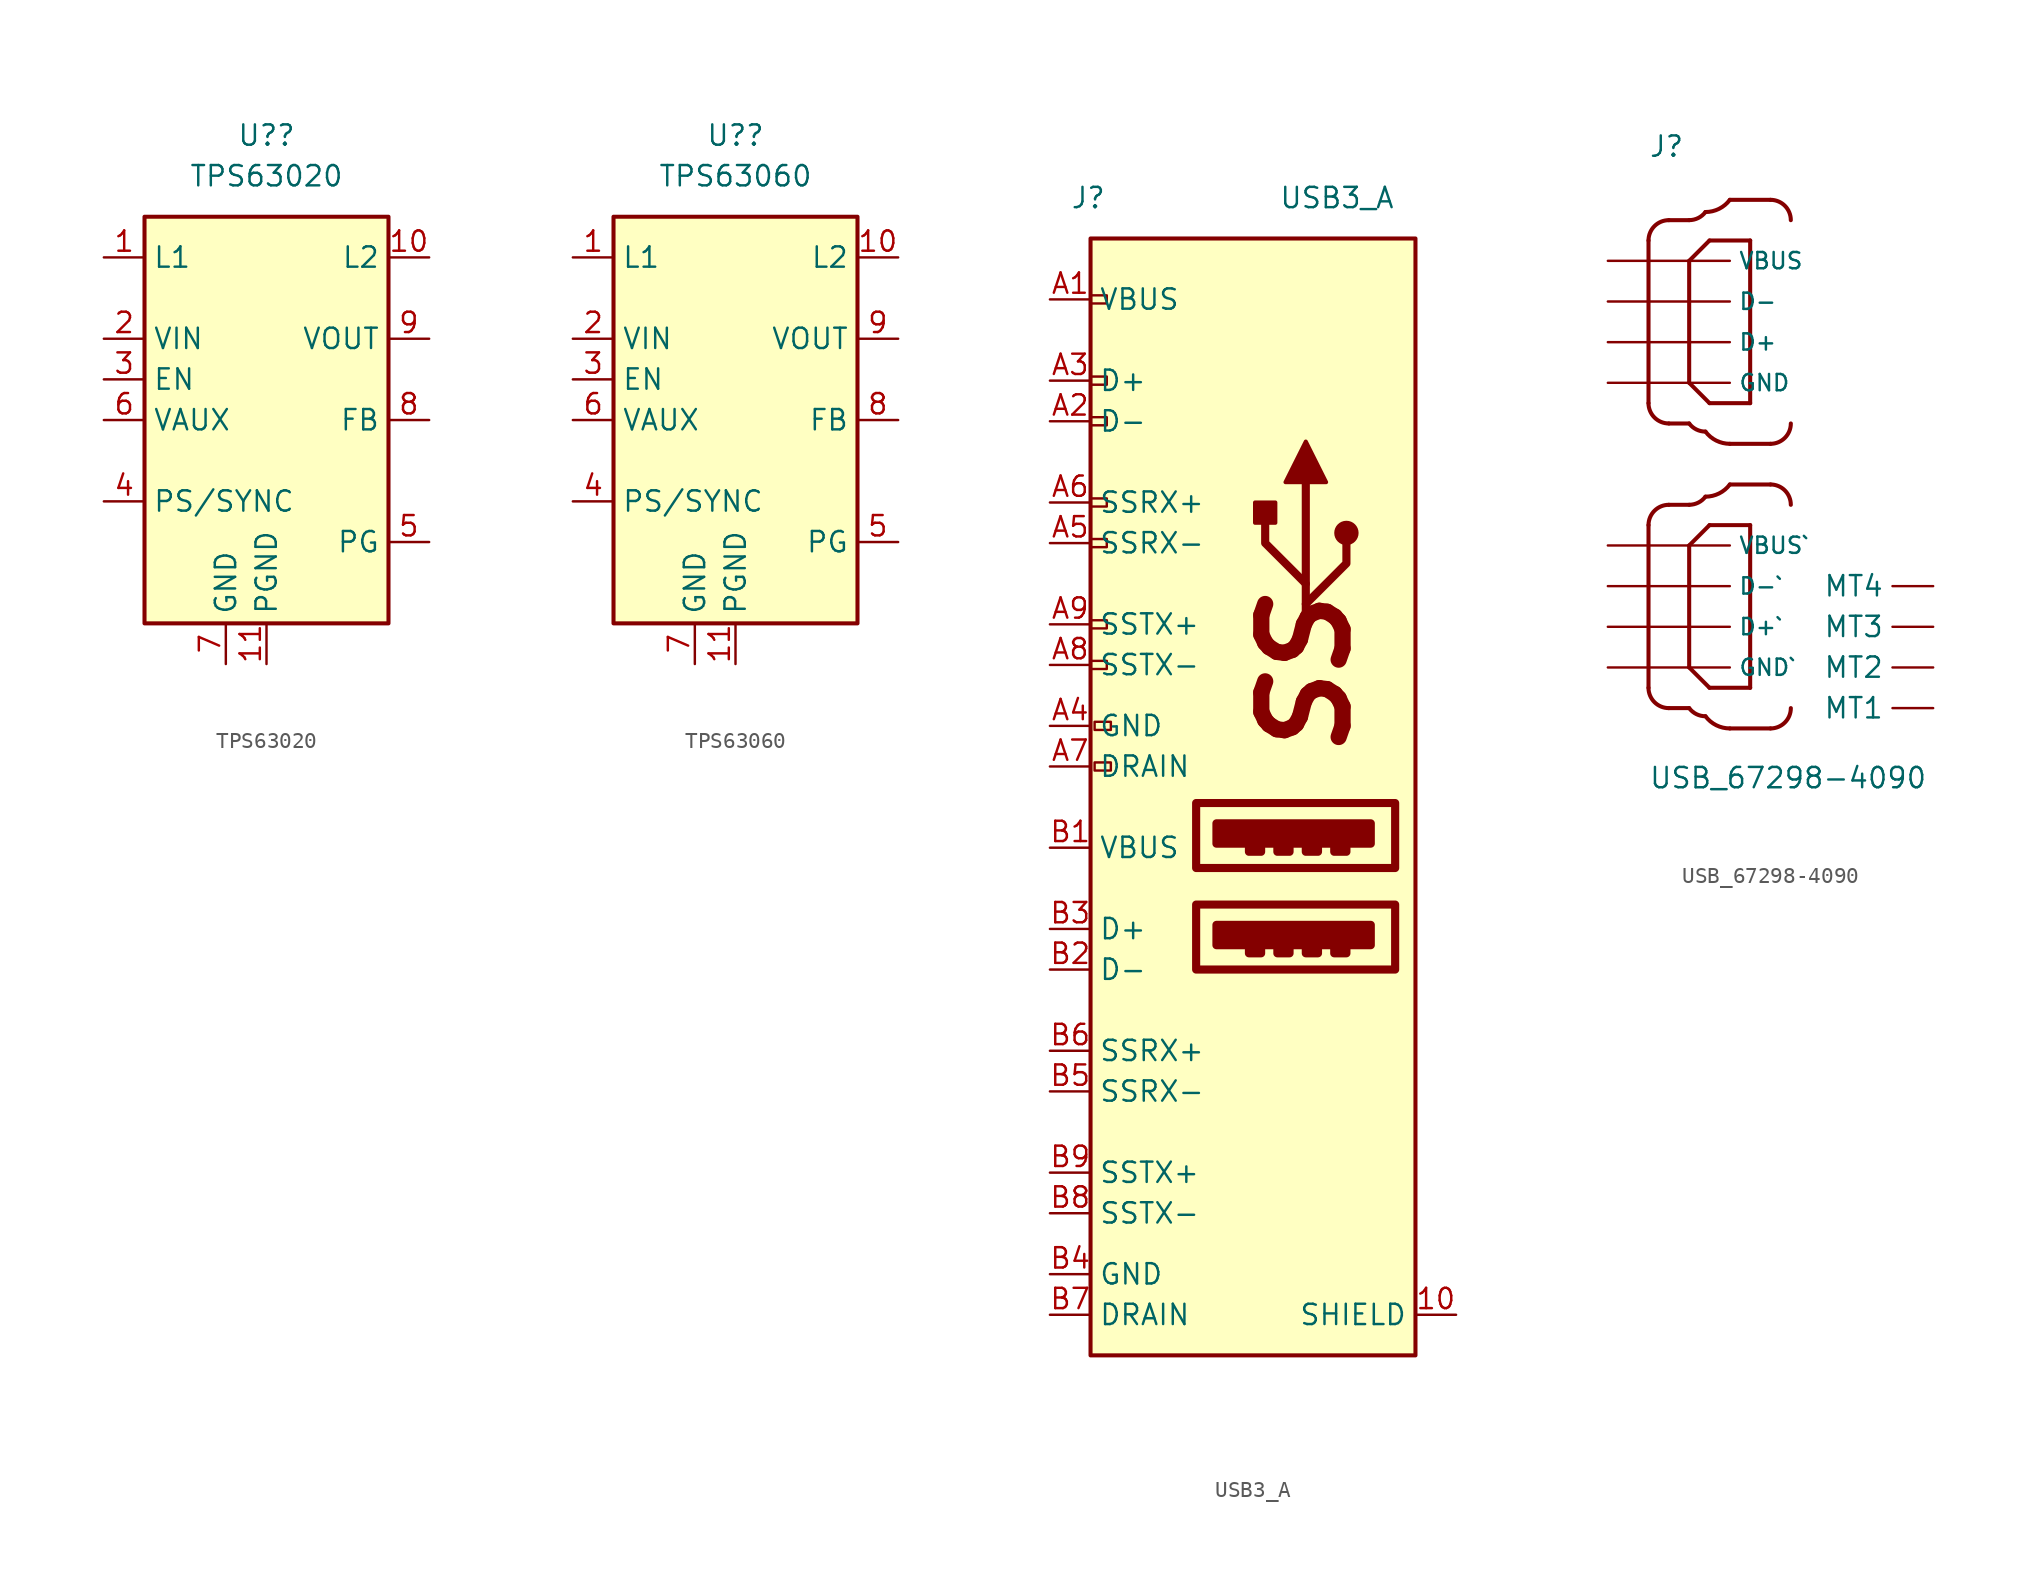
<source format=kicad_sym>
(kicad_symbol_lib
  (version 20220328)
  (generator kicad_symbol_editor)
  (symbol "TPS63020"
    (property "Reference" "U?"
      (at 0 17.78 0)
      (effects (font (size 1.27 1.27))))
    (property "Value" "TPS63020"
      (at 0 15.24 0)
      (effects (font (size 1.27 1.27))))
    (symbol "TPS63020_0_1"
      (rectangle (start -7.62 12.7) (end 7.62 -12.7) (stroke (width 0.254) (type default)) (fill (type background))))
    (symbol "TPS63020_1_1"
      (pin input line (at -10.16 10.16 0) (length 2.54) (name "L1" (effects (font (size 1.27 1.27)))) (number "1" (effects (font (size 1.27 1.27)))))
      (pin input line (at 10.16 10.16 180) (length 2.54) (name "L2" (effects (font (size 1.27 1.27)))) (number "10" (effects (font (size 1.27 1.27)))))
      (pin power_in line (at 0 -15.24 90) (length 2.54) (name "PGND" (effects (font (size 1.27 1.27)))) (number "11" (effects (font (size 1.27 1.27)))))
      (pin power_in line (at -10.16 5.08 0) (length 2.54) (name "VIN" (effects (font (size 1.27 1.27)))) (number "2" (effects (font (size 1.27 1.27)))))
      (pin input line (at -10.16 2.54 0) (length 2.54) (name "EN" (effects (font (size 1.27 1.27)))) (number "3" (effects (font (size 1.27 1.27)))))
      (pin input line (at -10.16 -5.08 0) (length 2.54) (name "PS/SYNC" (effects (font (size 1.27 1.27)))) (number "4" (effects (font (size 1.27 1.27)))))
      (pin output line (at 10.16 -7.62 180) (length 2.54) (name "PG" (effects (font (size 1.27 1.27)))) (number "5" (effects (font (size 1.27 1.27)))))
      (pin passive line (at -10.16 0 0) (length 2.54) (name "VAUX" (effects (font (size 1.27 1.27)))) (number "6" (effects (font (size 1.27 1.27)))))
      (pin power_in line (at -2.54 -15.24 90) (length 2.54) (name "GND" (effects (font (size 1.27 1.27)))) (number "7" (effects (font (size 1.27 1.27)))))
      (pin input line (at 10.16 0 180) (length 2.54) (name "FB" (effects (font (size 1.27 1.27)))) (number "8" (effects (font (size 1.27 1.27)))))
      (pin power_out line (at 10.16 5.08 180) (length 2.54) (name "VOUT" (effects (font (size 1.27 1.27)))) (number "9" (effects (font (size 1.27 1.27)))))))
  (symbol "TPS63060"
    (property "Reference" "U?"
      (at 0 17.78 0)
      (effects (font (size 1.27 1.27))))
    (property "Value" "TPS63060"
      (at 0 15.24 0)
      (effects (font (size 1.27 1.27))))
    (symbol "TPS63060_0_1"
      (rectangle (start -7.62 12.7) (end 7.62 -12.7) (stroke (width 0.254) (type default)) (fill (type background))))
    (symbol "TPS63060_1_1"
      (pin input line (at -10.16 10.16 0) (length 2.54) (name "L1" (effects (font (size 1.27 1.27)))) (number "1" (effects (font (size 1.27 1.27)))))
      (pin input line (at 10.16 10.16 180) (length 2.54) (name "L2" (effects (font (size 1.27 1.27)))) (number "10" (effects (font (size 1.27 1.27)))))
      (pin power_in line (at 0 -15.24 90) (length 2.54) (name "PGND" (effects (font (size 1.27 1.27)))) (number "11" (effects (font (size 1.27 1.27)))))
      (pin power_in line (at -10.16 5.08 0) (length 2.54) (name "VIN" (effects (font (size 1.27 1.27)))) (number "2" (effects (font (size 1.27 1.27)))))
      (pin input line (at -10.16 2.54 0) (length 2.54) (name "EN" (effects (font (size 1.27 1.27)))) (number "3" (effects (font (size 1.27 1.27)))))
      (pin input line (at -10.16 -5.08 0) (length 2.54) (name "PS/SYNC" (effects (font (size 1.27 1.27)))) (number "4" (effects (font (size 1.27 1.27)))))
      (pin output line (at 10.16 -7.62 180) (length 2.54) (name "PG" (effects (font (size 1.27 1.27)))) (number "5" (effects (font (size 1.27 1.27)))))
      (pin passive line (at -10.16 0 0) (length 2.54) (name "VAUX" (effects (font (size 1.27 1.27)))) (number "6" (effects (font (size 1.27 1.27)))))
      (pin power_in line (at -2.54 -15.24 90) (length 2.54) (name "GND" (effects (font (size 1.27 1.27)))) (number "7" (effects (font (size 1.27 1.27)))))
      (pin input line (at 10.16 0 180) (length 2.54) (name "FB" (effects (font (size 1.27 1.27)))) (number "8" (effects (font (size 1.27 1.27)))))
      (pin power_out line (at 10.16 5.08 180) (length 2.54) (name "VOUT" (effects (font (size 1.27 1.27)))) (number "9" (effects (font (size 1.27 1.27)))))))
  (symbol "USB3_A"
    (property "Reference" "J"
      (at -10.16 33.02 0)
      (effects (font (size 1.27 1.27)) (justify left)))
    (property "Value" "USB3_A"
      (at 10.16 33.02 0)
      (effects (font (size 1.27 1.27)) (justify right)))
    (symbol "USB3_A_1_1"
      (rectangle (start -8.89 4.064) (end -7.874 3.556) (stroke (width 0) (type default)) (fill (type none)))
      (rectangle (start -8.89 6.604) (end -7.874 6.096) (stroke (width 0) (type default)) (fill (type none)))
      (rectangle (start -8.89 11.684) (end -7.874 11.176) (stroke (width 0) (type default)) (fill (type none)))
      (rectangle (start -8.89 14.224) (end -7.874 13.716) (stroke (width 0) (type default)) (fill (type none)))
      (rectangle (start -8.89 19.304) (end -7.874 18.796) (stroke (width 0) (type default)) (fill (type none)))
      (rectangle (start -8.89 21.844) (end -7.874 21.336) (stroke (width 0) (type default)) (fill (type none)))
      (rectangle (start -8.89 26.924) (end -7.874 26.416) (stroke (width 0) (type default)) (fill (type none)))
      (rectangle (start -7.62 -2.286) (end -8.636 -2.794) (stroke (width 0) (type default)) (fill (type none)))
      (rectangle (start -7.62 0.254) (end -8.636 -0.254) (stroke (width 0) (type default)) (fill (type none)))
      (rectangle (start -2.286 -11.176) (end 10.16 -15.24) (stroke (width 0.508) (type default)) (fill (type none)))
      (rectangle (start -2.286 -4.826) (end 10.16 -8.89) (stroke (width 0.508) (type default)) (fill (type none)))
      (rectangle (start -1.016 -12.446) (end 8.636 -13.716) (stroke (width 0.508) (type default)) (fill (type outline)))
      (rectangle (start -1.016 -6.096) (end 8.636 -7.366) (stroke (width 0.508) (type default)) (fill (type outline)))
      (polyline (pts (xy 4.572 6.35) (xy 4.572 15.24)) (stroke (width 0.508) (type default)) (fill (type none)))
      (polyline (pts (xy 4.572 7.62) (xy 7.112 10.16) (xy 7.112 11.43)) (stroke (width 0.508) (type default)) (fill (type none)))
      (polyline (pts (xy 4.572 8.89) (xy 2.032 11.43) (xy 2.032 12.7)) (stroke (width 0.508) (type default)) (fill (type none)))
      (polyline (pts (xy 5.842 15.24) (xy 4.572 17.78) (xy 3.302 15.24) (xy 5.842 15.24)) (stroke (width 0.254) (type default)) (fill (type outline)))
      (rectangle (start 1.016 -13.97) (end 1.778 -14.224) (stroke (width 0.508) (type default)) (fill (type none)))
      (rectangle (start 1.016 -7.62) (end 1.778 -7.874) (stroke (width 0.508) (type default)) (fill (type none)))
      (rectangle (start 2.667 12.7) (end 1.397 13.97) (stroke (width 0.254) (type default)) (fill (type outline)))
      (rectangle (start 2.794 -13.97) (end 3.556 -14.224) (stroke (width 0.508) (type default)) (fill (type none)))
      (rectangle (start 2.794 -7.62) (end 3.556 -7.874) (stroke (width 0.508) (type default)) (fill (type none)))
      (rectangle (start 4.572 -13.97) (end 5.334 -14.224) (stroke (width 0.508) (type default)) (fill (type none)))
      (rectangle (start 4.572 -7.62) (end 5.334 -7.874) (stroke (width 0.508) (type default)) (fill (type none)))
      (rectangle (start 6.35 -13.97) (end 7.112 -14.224) (stroke (width 0.508) (type default)) (fill (type none)))
      (rectangle (start 6.35 -7.62) (end 7.112 -7.874) (stroke (width 0.508) (type default)) (fill (type none)))
      (circle (center 7.112 12.065) (radius 0.635) (stroke (width 0.254) (type default)) (fill (type outline)))
      (rectangle (start 11.43 30.48) (end -8.89 -39.37) (stroke (width 0.254) (type default)) (fill (type background)))
      (text "SS" (at 4.572 3.175 900) (effects (font (size 5.08 5.08) bold italic)))
      (pin passive line (at 13.97 -36.83 180) (length 2.54) (name "SHIELD" (effects (font (size 1.27 1.27)))) (number "10" (effects (font (size 1.27 1.27)))))
      (pin power_in line (at -11.43 26.67 0) (length 2.54) (name "VBUS" (effects (font (size 1.27 1.27)))) (number "A1" (effects (font (size 1.27 1.27)))))
      (pin bidirectional line (at -11.43 19.05 0) (length 2.54) (name "D-" (effects (font (size 1.27 1.27)))) (number "A2" (effects (font (size 1.27 1.27)))))
      (pin bidirectional line (at -11.43 21.59 0) (length 2.54) (name "D+" (effects (font (size 1.27 1.27)))) (number "A3" (effects (font (size 1.27 1.27)))))
      (pin power_in line (at -11.43 0 0) (length 2.54) (name "GND" (effects (font (size 1.27 1.27)))) (number "A4" (effects (font (size 1.27 1.27)))))
      (pin bidirectional line (at -11.43 11.43 0) (length 2.54) (name "SSRX-" (effects (font (size 1.27 1.27)))) (number "A5" (effects (font (size 1.27 1.27)))))
      (pin bidirectional line (at -11.43 13.97 0) (length 2.54) (name "SSRX+" (effects (font (size 1.27 1.27)))) (number "A6" (effects (font (size 1.27 1.27)))))
      (pin power_in line (at -11.43 -2.54 0) (length 2.54) (name "DRAIN" (effects (font (size 1.27 1.27)))) (number "A7" (effects (font (size 1.27 1.27)))))
      (pin bidirectional line (at -11.43 3.81 0) (length 2.54) (name "SSTX-" (effects (font (size 1.27 1.27)))) (number "A8" (effects (font (size 1.27 1.27)))))
      (pin bidirectional line (at -11.43 6.35 0) (length 2.54) (name "SSTX+" (effects (font (size 1.27 1.27)))) (number "A9" (effects (font (size 1.27 1.27)))))
      (pin power_in line (at -11.43 -7.62 0) (length 2.54) (name "VBUS" (effects (font (size 1.27 1.27)))) (number "B1" (effects (font (size 1.27 1.27)))))
      (pin bidirectional line (at -11.43 -15.24 0) (length 2.54) (name "D-" (effects (font (size 1.27 1.27)))) (number "B2" (effects (font (size 1.27 1.27)))))
      (pin bidirectional line (at -11.43 -12.7 0) (length 2.54) (name "D+" (effects (font (size 1.27 1.27)))) (number "B3" (effects (font (size 1.27 1.27)))))
      (pin power_in line (at -11.43 -34.29 0) (length 2.54) (name "GND" (effects (font (size 1.27 1.27)))) (number "B4" (effects (font (size 1.27 1.27)))))
      (pin bidirectional line (at -11.43 -22.86 0) (length 2.54) (name "SSRX-" (effects (font (size 1.27 1.27)))) (number "B5" (effects (font (size 1.27 1.27)))))
      (pin bidirectional line (at -11.43 -20.32 0) (length 2.54) (name "SSRX+" (effects (font (size 1.27 1.27)))) (number "B6" (effects (font (size 1.27 1.27)))))
      (pin power_in line (at -11.43 -36.83 0) (length 2.54) (name "DRAIN" (effects (font (size 1.27 1.27)))) (number "B7" (effects (font (size 1.27 1.27)))))
      (pin bidirectional line (at -11.43 -30.48 0) (length 2.54) (name "SSTX-" (effects (font (size 1.27 1.27)))) (number "B8" (effects (font (size 1.27 1.27)))))
      (pin bidirectional line (at -11.43 -27.94 0) (length 2.54) (name "SSTX+" (effects (font (size 1.27 1.27)))) (number "B9" (effects (font (size 1.27 1.27)))))))
  (symbol "USB_67298-4090"
    (pin_numbers hide)
    (property "Reference" "J"
      (at -5.08 21.641 0)
      (effects (font (size 1.27 1.27)) (justify left bottom)))
    (property "Value" "USB_67298-4090"
      (at -5.08 -17.805 0)
      (effects (font (size 1.27 1.27)) (justify left bottom)))
    (symbol "USB_67298-4090_0_0"
      (arc (start -5.08 -11.43) (mid -4.708 -12.328) (end -3.81 -12.7) (stroke (width 0.254) (type default)) (fill (type none)))
      (arc (start -5.08 6.35) (mid -4.708 5.452) (end -3.81 5.08) (stroke (width 0.254) (type default)) (fill (type none)))
      (arc (start -3.81 0) (mid -4.708 -0.372) (end -5.08 -1.27) (stroke (width 0.254) (type default)) (fill (type none)))
      (arc (start -3.81 17.78) (mid -4.708 17.408) (end -5.08 16.51) (stroke (width 0.254) (type default)) (fill (type none)))
      (arc (start -2.54 -12.7) (mid -3.108 -15.1059) (end -1.524 -13.208) (stroke (width 0.254) (type default)) (fill (type none)))
      (arc (start -2.54 0) (mid -1.972 0.1341) (end -1.524 0.508) (stroke (width 0.254) (type default)) (fill (type none)))
      (arc (start -2.54 5.08) (mid -3.108 2.6741) (end -1.524 4.572) (stroke (width 0.254) (type default)) (fill (type none)))
      (arc (start -2.54 17.78) (mid -1.972 17.9141) (end -1.524 18.288) (stroke (width 0.254) (type default)) (fill (type none)))
      (arc (start -1.524 -13.208) (mid -0.8519 -13.7689) (end 0 -13.97) (stroke (width 0.254) (type default)) (fill (type none)))
      (arc (start -1.524 0.508) (mid 0.8519 -2.3389) (end 0 1.27) (stroke (width 0.254) (type default)) (fill (type none)))
      (arc (start -1.524 4.572) (mid -0.8519 4.0111) (end 0 3.81) (stroke (width 0.254) (type default)) (fill (type none)))
      (arc (start -1.524 18.288) (mid 0.8519 15.4411) (end 0 19.05) (stroke (width 0.254) (type default)) (fill (type none)))
      (polyline (pts (xy -5.08 -1.27) (xy -5.08 -11.43)) (stroke (width 0.254) (type default)) (fill (type none)))
      (polyline (pts (xy -5.08 16.51) (xy -5.08 6.35)) (stroke (width 0.254) (type default)) (fill (type none)))
      (polyline (pts (xy -3.81 -12.7) (xy -2.54 -12.7)) (stroke (width 0.254) (type default)) (fill (type none)))
      (polyline (pts (xy -3.81 0) (xy -2.54 0)) (stroke (width 0.254) (type default)) (fill (type none)))
      (polyline (pts (xy -3.81 5.08) (xy -2.54 5.08)) (stroke (width 0.254) (type default)) (fill (type none)))
      (polyline (pts (xy -3.81 17.78) (xy -2.54 17.78)) (stroke (width 0.254) (type default)) (fill (type none)))
      (polyline (pts (xy -2.54 -10.16) (xy -1.27 -11.43)) (stroke (width 0.254) (type default)) (fill (type none)))
      (polyline (pts (xy -2.54 -2.54) (xy -2.54 -10.16)) (stroke (width 0.254) (type default)) (fill (type none)))
      (polyline (pts (xy -2.54 7.62) (xy -1.27 6.35)) (stroke (width 0.254) (type default)) (fill (type none)))
      (polyline (pts (xy -2.54 15.24) (xy -2.54 7.62)) (stroke (width 0.254) (type default)) (fill (type none)))
      (polyline (pts (xy -1.27 -11.43) (xy 1.27 -11.43)) (stroke (width 0.254) (type default)) (fill (type none)))
      (polyline (pts (xy -1.27 -1.27) (xy -2.54 -2.54)) (stroke (width 0.254) (type default)) (fill (type none)))
      (polyline (pts (xy -1.27 6.35) (xy 1.27 6.35)) (stroke (width 0.254) (type default)) (fill (type none)))
      (polyline (pts (xy -1.27 16.51) (xy -2.54 15.24)) (stroke (width 0.254) (type default)) (fill (type none)))
      (polyline (pts (xy 0 -13.97) (xy 2.54 -13.97)) (stroke (width 0.254) (type default)) (fill (type none)))
      (polyline (pts (xy 0 1.27) (xy 2.54 1.27)) (stroke (width 0.254) (type default)) (fill (type none)))
      (polyline (pts (xy 0 3.81) (xy 2.54 3.81)) (stroke (width 0.254) (type default)) (fill (type none)))
      (polyline (pts (xy 0 19.05) (xy 2.54 19.05)) (stroke (width 0.254) (type default)) (fill (type none)))
      (polyline (pts (xy 1.27 -11.43) (xy 1.27 -1.27)) (stroke (width 0.254) (type default)) (fill (type none)))
      (polyline (pts (xy 1.27 -1.27) (xy -1.27 -1.27)) (stroke (width 0.254) (type default)) (fill (type none)))
      (polyline (pts (xy 1.27 6.35) (xy 1.27 16.51)) (stroke (width 0.254) (type default)) (fill (type none)))
      (polyline (pts (xy 1.27 16.51) (xy -1.27 16.51)) (stroke (width 0.254) (type default)) (fill (type none)))
      (arc (start 2.54 -13.97) (mid 3.438 -13.598) (end 3.81 -12.7) (stroke (width 0.254) (type default)) (fill (type none)))
      (arc (start 2.54 3.81) (mid 3.438 4.182) (end 3.81 5.08) (stroke (width 0.254) (type default)) (fill (type none)))
      (arc (start 3.81 0) (mid 3.438 0.898) (end 2.54 1.27) (stroke (width 0.254) (type default)) (fill (type none)))
      (arc (start 3.81 17.78) (mid 3.438 18.678) (end 2.54 19.05) (stroke (width 0.254) (type default)) (fill (type none)))
      (pin power_in line (at -7.62 -2.54 0) (length 7.62) (name "VBUS`" (effects (font (size 1.016 1.016)))) (number "1" (effects (font (size 1.016 1.016)))))
      (pin passive line (at -7.62 -5.08 0) (length 7.62) (name "D-`" (effects (font (size 1.016 1.016)))) (number "2" (effects (font (size 1.016 1.016)))))
      (pin passive line (at -7.62 -7.62 0) (length 7.62) (name "D+`" (effects (font (size 1.016 1.016)))) (number "3" (effects (font (size 1.016 1.016)))))
      (pin power_in line (at -7.62 -10.16 0) (length 7.62) (name "GND`" (effects (font (size 1.016 1.016)))) (number "4" (effects (font (size 1.016 1.016)))))
      (pin power_in line (at -7.62 15.24 0) (length 7.62) (name "VBUS" (effects (font (size 1.016 1.016)))) (number "5" (effects (font (size 1.016 1.016)))))
      (pin passive line (at -7.62 12.7 0) (length 7.62) (name "D-" (effects (font (size 1.016 1.016)))) (number "6" (effects (font (size 1.016 1.016)))))
      (pin passive line (at -7.62 10.16 0) (length 7.62) (name "D+" (effects (font (size 1.016 1.016)))) (number "7" (effects (font (size 1.016 1.016)))))
      (pin power_in line (at -7.62 7.62 0) (length 7.62) (name "GND" (effects (font (size 1.016 1.016)))) (number "8" (effects (font (size 1.016 1.016)))))
      (pin passive line (at 12.7 -12.7 180) (length 2.54) (name "MT1" (effects (font (size 1.27 1.27)))) (number "MT1" (effects (font (size 1.27 1.27)))))
      (pin passive line (at 12.7 -10.16 180) (length 2.54) (name "MT2" (effects (font (size 1.27 1.27)))) (number "MT2" (effects (font (size 1.27 1.27)))))
      (pin passive line (at 12.7 -7.62 180) (length 2.54) (name "MT3" (effects (font (size 1.27 1.27)))) (number "MT3" (effects (font (size 1.27 1.27)))))
      (pin passive line (at 12.7 -5.08 180) (length 2.54) (name "MT4" (effects (font (size 1.27 1.27)))) (number "MT4" (effects (font (size 1.27 1.27))))))))
</source>
